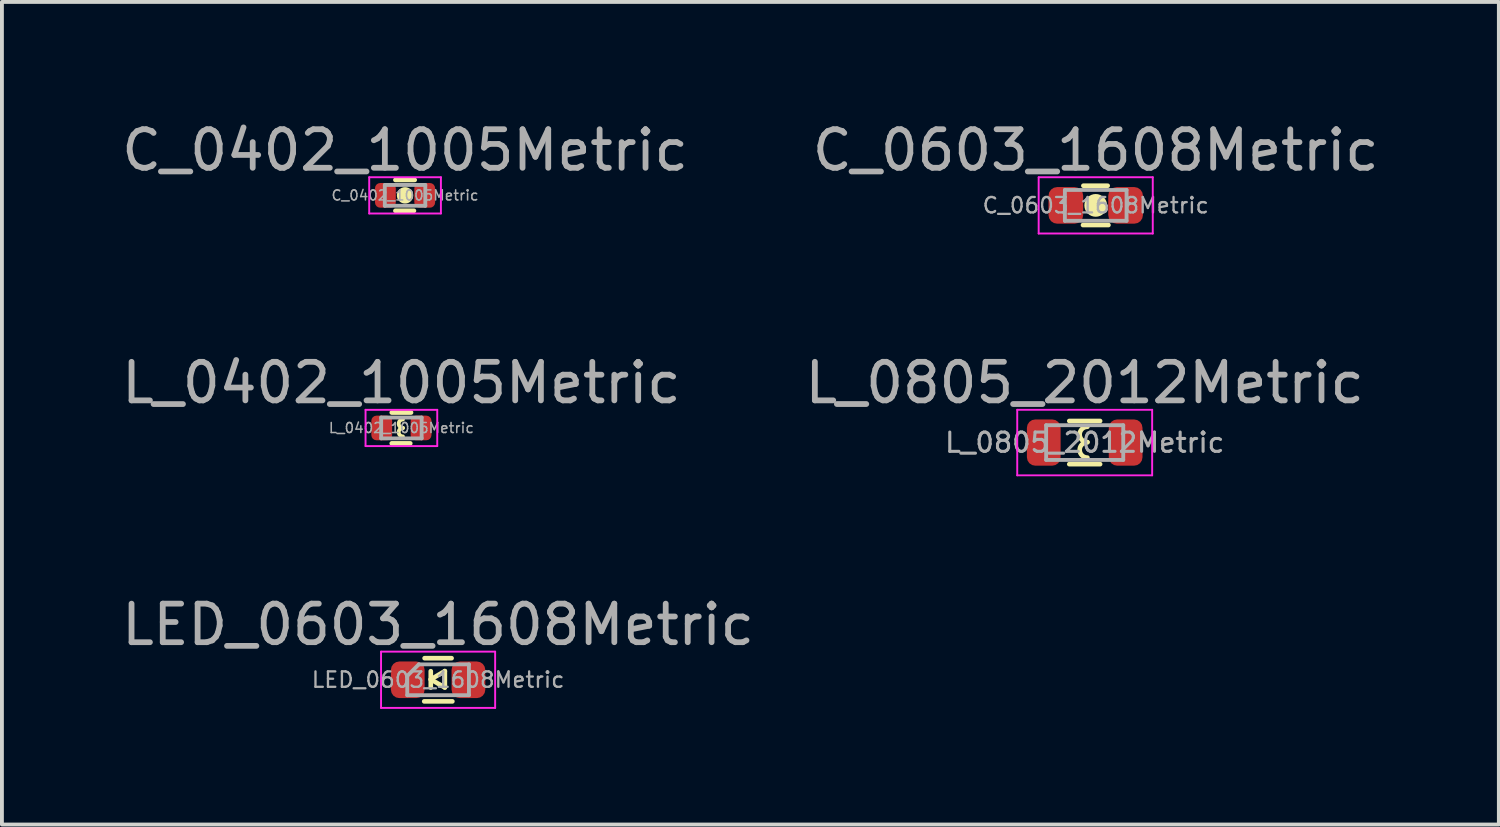
<source format=kicad_pcb>
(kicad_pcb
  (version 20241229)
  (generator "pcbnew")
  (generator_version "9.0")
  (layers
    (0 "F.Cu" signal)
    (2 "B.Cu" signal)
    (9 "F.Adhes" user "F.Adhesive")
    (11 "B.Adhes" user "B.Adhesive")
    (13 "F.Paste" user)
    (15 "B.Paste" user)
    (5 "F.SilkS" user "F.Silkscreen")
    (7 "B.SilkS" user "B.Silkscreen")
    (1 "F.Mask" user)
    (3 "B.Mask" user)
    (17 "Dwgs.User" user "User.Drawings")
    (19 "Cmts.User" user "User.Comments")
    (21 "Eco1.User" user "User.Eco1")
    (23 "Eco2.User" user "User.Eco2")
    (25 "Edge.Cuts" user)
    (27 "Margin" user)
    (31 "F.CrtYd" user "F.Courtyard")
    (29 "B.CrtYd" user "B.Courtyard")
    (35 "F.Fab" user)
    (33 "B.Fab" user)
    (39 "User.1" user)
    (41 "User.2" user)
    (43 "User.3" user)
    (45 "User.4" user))
  (footprint "LED_0603_1608Metric"
    (layer "F.Cu")
    (at 8.315 14.585)
    (property "Reference" "LED_0603_1608Metric" (at 0 -1.43 0) (layer "F.Fab") (effects (font (size 1 1) (thickness 0.15))))
    (attr smd)
    (fp_line (start -0.36 0.56) (end 0.37 0.56) (stroke (width 0.12) (type solid)) (layer "F.SilkS"))
    (fp_line (start -0.35 -0.56) (end 0.35 -0.56) (stroke (width 0.12) (type solid)) (layer "F.SilkS"))
    (fp_line (start -0.19 -0.223) (end -0.19 0.203) (stroke (width 0.12) (type solid)) (layer "F.SilkS"))
    (fp_line (start -0.19 -0.01) (end 0.175 -0.225) (stroke (width 0.12) (type solid)) (layer "F.SilkS"))
    (fp_line (start 0.175 -0.225) (end 0.175 0.2) (stroke (width 0.12) (type solid)) (layer "F.SilkS"))
    (fp_line (start 0.175 0.2) (end -0.19 -0.01) (stroke (width 0.12) (type solid)) (layer "F.SilkS"))
    (fp_line (start -1.48 -0.73) (end 1.48 -0.73) (stroke (width 0.05) (type solid)) (layer "F.CrtYd"))
    (fp_line (start -1.48 0.73) (end -1.48 -0.73) (stroke (width 0.05) (type solid)) (layer "F.CrtYd"))
    (fp_line (start 1.48 -0.73) (end 1.48 0.73) (stroke (width 0.05) (type solid)) (layer "F.CrtYd"))
    (fp_line (start 1.48 0.73) (end -1.48 0.73) (stroke (width 0.05) (type solid)) (layer "F.CrtYd"))
    (fp_line (start -0.8 -0.1) (end -0.8 0.4) (stroke (width 0.1) (type solid)) (layer "F.Fab"))
    (fp_line (start -0.8 0.4) (end 0.8 0.4) (stroke (width 0.1) (type solid)) (layer "F.Fab"))
    (fp_line (start -0.5 -0.4) (end -0.8 -0.1) (stroke (width 0.1) (type solid)) (layer "F.Fab"))
    (fp_line (start 0.8 -0.4) (end -0.5 -0.4) (stroke (width 0.1) (type solid)) (layer "F.Fab"))
    (fp_line (start 0.8 0.4) (end 0.8 -0.4) (stroke (width 0.1) (type solid)) (layer "F.Fab"))
    (fp_text user "${REFERENCE}" (at 0 0 0) (layer "F.Fab") (effects (font (size 0.4 0.4) (thickness 0.06))))
    (pad "1" smd roundrect (at -0.787 0) (size 0.875 0.95) (layers "F.Cu" "F.Mask" "F.Paste") (roundrect_rratio 0.25))
    (pad "2" smd roundrect (at 0.787 0) (size 0.875 0.95) (layers "F.Cu" "F.Mask" "F.Paste") (roundrect_rratio 0.25)))
  (footprint "L_0805_2012Metric"
    (layer "F.Cu")
    (at 25.089 8.431)
    (property "Reference" "L_0805_2012Metric" (at 0 -1.55 0) (layer "F.Fab") (effects (font (size 1 1) (thickness 0.15))))
    (attr smd)
    (fp_line (start -0.4 -0.56) (end 0.4 -0.56) (stroke (width 0.12) (type solid)) (layer "F.SilkS"))
    (fp_line (start -0.4 0.56) (end 0.4 0.56) (stroke (width 0.12) (type solid)) (layer "F.SilkS"))
    (fp_arc (start 0.07 -0.01) (mid -0.13 -0.21) (end 0.07 -0.41) (stroke (width 0.12) (type solid)) (layer "F.SilkS"))
    (fp_arc (start 0.07 0.39) (mid -0.13 0.19) (end 0.07 -0.01) (stroke (width 0.12) (type solid)) (layer "F.SilkS"))
    (fp_line (start -1.75 -0.85) (end 1.75 -0.85) (stroke (width 0.05) (type solid)) (layer "F.CrtYd"))
    (fp_line (start -1.75 0.85) (end -1.75 -0.85) (stroke (width 0.05) (type solid)) (layer "F.CrtYd"))
    (fp_line (start 1.75 -0.85) (end 1.75 0.85) (stroke (width 0.05) (type solid)) (layer "F.CrtYd"))
    (fp_line (start 1.75 0.85) (end -1.75 0.85) (stroke (width 0.05) (type solid)) (layer "F.CrtYd"))
    (fp_line (start -1 -0.45) (end 1 -0.45) (stroke (width 0.1) (type solid)) (layer "F.Fab"))
    (fp_line (start -1 0.45) (end -1 -0.45) (stroke (width 0.1) (type solid)) (layer "F.Fab"))
    (fp_line (start 1 -0.45) (end 1 0.45) (stroke (width 0.1) (type solid)) (layer "F.Fab"))
    (fp_line (start 1 0.45) (end -1 0.45) (stroke (width 0.1) (type solid)) (layer "F.Fab"))
    (fp_text user "${REFERENCE}" (at 0 0 0) (layer "F.Fab") (effects (font (size 0.5 0.5) (thickness 0.08))))
    (pad "1" smd roundrect (at -1.062 0) (size 0.875 1.2) (layers "F.Cu" "F.Mask" "F.Paste") (roundrect_rratio 0.25))
    (pad "2" smd roundrect (at 1.062 0) (size 0.875 1.2) (layers "F.Cu" "F.Mask" "F.Paste") (roundrect_rratio 0.25)))
  (footprint "C_0402_1005Metric"
    (layer "F.Cu")
    (at 7.458 2.018)
    (property "Reference" "C_0402_1005Metric" (at 0 -1.17 0) (layer "F.Fab") (effects (font (size 1 1) (thickness 0.15))))
    (attr smd)
    (fp_line (start -0.25 -0.4) (end 0.25 -0.4) (stroke (width 0.12) (type solid)) (layer "F.SilkS"))
    (fp_line (start -0.25 0.4) (end 0.23 0.4) (stroke (width 0.12) (type solid)) (layer "F.SilkS"))
    (fp_circle (center 0 0) (end 0.153 0) (stroke (width 0.12) (type solid)) (fill yes) (layer "F.SilkS"))
    (fp_line (start -0.93 -0.47) (end 0.93 -0.47) (stroke (width 0.05) (type solid)) (layer "F.CrtYd"))
    (fp_line (start -0.93 0.47) (end -0.93 -0.47) (stroke (width 0.05) (type solid)) (layer "F.CrtYd"))
    (fp_line (start 0.93 -0.47) (end 0.93 0.47) (stroke (width 0.05) (type solid)) (layer "F.CrtYd"))
    (fp_line (start 0.93 0.47) (end -0.93 0.47) (stroke (width 0.05) (type solid)) (layer "F.CrtYd"))
    (fp_line (start -0.525 -0.27) (end 0.525 -0.27) (stroke (width 0.1) (type solid)) (layer "F.Fab"))
    (fp_line (start -0.525 0.27) (end -0.525 -0.27) (stroke (width 0.1) (type solid)) (layer "F.Fab"))
    (fp_line (start 0.525 -0.27) (end 0.525 0.27) (stroke (width 0.1) (type solid)) (layer "F.Fab"))
    (fp_line (start 0.525 0.27) (end -0.525 0.27) (stroke (width 0.1) (type solid)) (layer "F.Fab"))
    (fp_text user "${REFERENCE}" (at 0 0 0) (layer "F.Fab") (effects (font (size 0.26 0.26) (thickness 0.04))))
    (pad "1" smd roundrect (at -0.51 0) (size 0.54 0.64) (layers "F.Cu" "F.Mask" "F.Paste") (roundrect_rratio 0.25))
    (pad "2" smd roundrect (at 0.51 0) (size 0.54 0.64) (layers "F.Cu" "F.Mask" "F.Paste") (roundrect_rratio 0.25)))
  (footprint "L_0402_1005Metric"
    (layer "F.Cu")
    (at 7.363 8.052)
    (property "Reference" "L_0402_1005Metric" (at 0 -1.17 0) (layer "F.Fab") (effects (font (size 1 1) (thickness 0.15))))
    (attr smd)
    (fp_line (start -0.25 -0.4) (end 0.25 -0.4) (stroke (width 0.12) (type solid)) (layer "F.SilkS"))
    (fp_line (start -0.25 0.4) (end 0.23 0.4) (stroke (width 0.12) (type solid)) (layer "F.SilkS"))
    (fp_arc (start 0.04 0) (mid -0.069235 -0.11) (end 0.04 -0.22) (stroke (width 0.1) (type solid)) (layer "F.SilkS"))
    (fp_arc (start 0.04 0.22) (mid -0.068045 0.110142) (end 0.04 0) (stroke (width 0.1) (type solid)) (layer "F.SilkS"))
    (fp_line (start -0.93 -0.47) (end 0.93 -0.47) (stroke (width 0.05) (type solid)) (layer "F.CrtYd"))
    (fp_line (start -0.93 0.47) (end -0.93 -0.47) (stroke (width 0.05) (type solid)) (layer "F.CrtYd"))
    (fp_line (start 0.93 -0.47) (end 0.93 0.47) (stroke (width 0.05) (type solid)) (layer "F.CrtYd"))
    (fp_line (start 0.93 0.47) (end -0.93 0.47) (stroke (width 0.05) (type solid)) (layer "F.CrtYd"))
    (fp_line (start -0.525 -0.27) (end 0.525 -0.27) (stroke (width 0.1) (type solid)) (layer "F.Fab"))
    (fp_line (start -0.525 0.27) (end -0.525 -0.27) (stroke (width 0.1) (type solid)) (layer "F.Fab"))
    (fp_line (start 0.525 -0.27) (end 0.525 0.27) (stroke (width 0.1) (type solid)) (layer "F.Fab"))
    (fp_line (start 0.525 0.27) (end -0.525 0.27) (stroke (width 0.1) (type solid)) (layer "F.Fab"))
    (fp_text user "${REFERENCE}" (at 0 0 0) (layer "F.Fab") (effects (font (size 0.26 0.26) (thickness 0.04))))
    (pad "1" smd roundrect (at -0.51 0) (size 0.54 0.64) (layers "F.Cu" "F.Mask" "F.Paste") (roundrect_rratio 0.25))
    (pad "2" smd roundrect (at 0.51 0) (size 0.54 0.64) (layers "F.Cu" "F.Mask" "F.Paste") (roundrect_rratio 0.25)))
  (footprint "C_0603_1608Metric"
    (layer "F.Cu")
    (at 25.375 2.278)
    (property "Reference" "C_0603_1608Metric" (at 0 -1.43 0) (layer "F.Fab") (effects (font (size 1 1) (thickness 0.15))))
    (attr smd)
    (fp_line (start -0.33 0.51) (end 0.33 0.51) (stroke (width 0.12) (type solid)) (layer "F.SilkS"))
    (fp_line (start -0.32 -0.51) (end 0.31 -0.51) (stroke (width 0.12) (type solid)) (layer "F.SilkS"))
    (fp_circle (center 0 0) (end 0.235 0) (stroke (width 0.12) (type solid)) (fill yes) (layer "F.SilkS"))
    (fp_line (start -1.48 -0.73) (end 1.48 -0.73) (stroke (width 0.05) (type solid)) (layer "F.CrtYd"))
    (fp_line (start -1.48 0.73) (end -1.48 -0.73) (stroke (width 0.05) (type solid)) (layer "F.CrtYd"))
    (fp_line (start 1.48 -0.73) (end 1.48 0.73) (stroke (width 0.05) (type solid)) (layer "F.CrtYd"))
    (fp_line (start 1.48 0.73) (end -1.48 0.73) (stroke (width 0.05) (type solid)) (layer "F.CrtYd"))
    (fp_line (start -0.8 -0.4) (end 0.8 -0.4) (stroke (width 0.1) (type solid)) (layer "F.Fab"))
    (fp_line (start -0.8 0.4) (end -0.8 -0.4) (stroke (width 0.1) (type solid)) (layer "F.Fab"))
    (fp_line (start 0.8 -0.4) (end 0.8 0.4) (stroke (width 0.1) (type solid)) (layer "F.Fab"))
    (fp_line (start 0.8 0.4) (end -0.8 0.4) (stroke (width 0.1) (type solid)) (layer "F.Fab"))
    (fp_text user "${REFERENCE}" (at 0 0 0) (layer "F.Fab") (effects (font (size 0.4 0.4) (thickness 0.06))))
    (pad "1" smd roundrect (at -0.775 0) (size 0.9 0.95) (layers "F.Cu" "F.Mask" "F.Paste") (roundrect_rratio 0.25))
    (pad "2" smd roundrect (at 0.775 0) (size 0.9 0.95) (layers "F.Cu" "F.Mask" "F.Paste") (roundrect_rratio 0.25)))
  (gr_rect
    (start -3 -3)
    (end 35.833 18.34)
    (stroke (width 0.1) (type default))
    (fill no)
    (layer "Edge.Cuts")))
</source>
